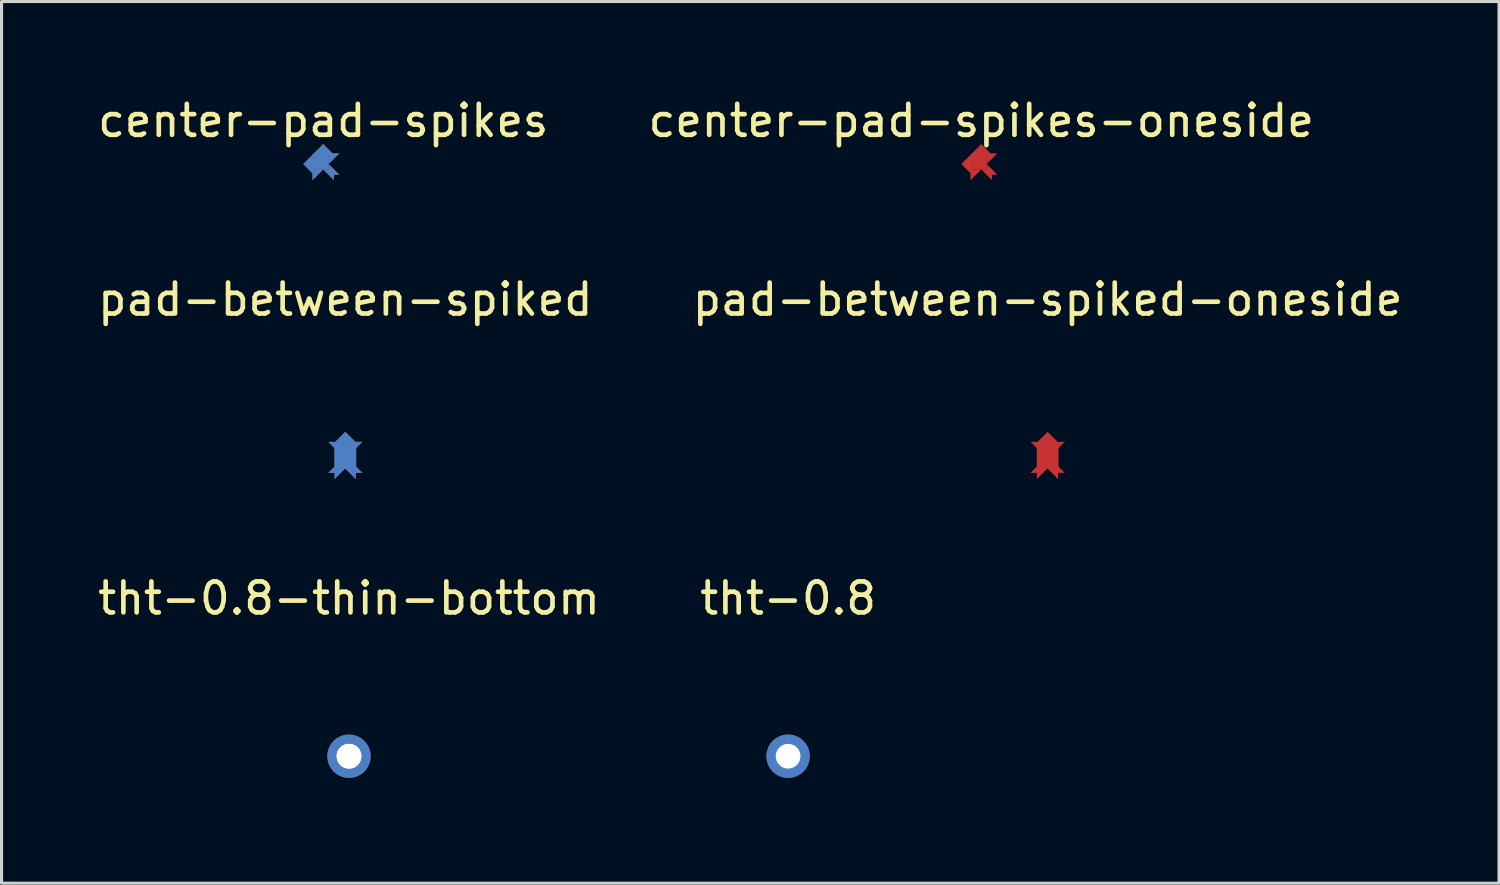
<source format=kicad_pcb>
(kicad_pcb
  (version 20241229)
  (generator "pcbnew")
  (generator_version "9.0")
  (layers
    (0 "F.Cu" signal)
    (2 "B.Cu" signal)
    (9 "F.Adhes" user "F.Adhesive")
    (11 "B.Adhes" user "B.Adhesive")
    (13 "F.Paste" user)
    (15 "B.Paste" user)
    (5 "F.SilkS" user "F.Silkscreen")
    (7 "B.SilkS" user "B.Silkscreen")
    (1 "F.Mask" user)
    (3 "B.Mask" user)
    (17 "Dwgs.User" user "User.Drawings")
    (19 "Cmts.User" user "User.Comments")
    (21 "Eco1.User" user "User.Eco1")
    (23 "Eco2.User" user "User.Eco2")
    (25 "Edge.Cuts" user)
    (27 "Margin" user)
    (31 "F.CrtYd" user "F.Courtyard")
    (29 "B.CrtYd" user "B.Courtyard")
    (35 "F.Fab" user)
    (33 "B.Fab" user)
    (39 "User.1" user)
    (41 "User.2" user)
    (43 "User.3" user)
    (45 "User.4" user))
  (footprint "center-pad-spikes"
    (layer "F.Cu")
    (at 7.387 2.248)
    (property "Reference" "center-pad-spikes" (at 0 -1.4 0) (layer "F.SilkS") (effects (font (size 1 1) (thickness 0.15))))
    (attr through_hole)
    (pad "1" smd trapezoid (at -0.47 0 90) (size 0.35 0.35) (rect_delta 0 0.35) (layers "*.Cu" "*.Mask"))
    (pad "1" smd trapezoid (at -0.26 0.26 45) (size 0.247 0.247) (rect_delta 0 0.247) (layers "*.Cu" "*.Mask"))
    (pad "1" smd rect (at -0.06 -0.085) (size 0.47 0.52) (layers "*.Cu" "*.Mask"))
    (pad "1" smd trapezoid (at 0 -0.47) (size 0.35 0.35) (rect_delta 0 0.35) (layers "*.Cu" "*.Mask"))
    (pad "1" smd trapezoid (at 0.26 -0.26 45) (size 0.247 0.247) (rect_delta 0 0.247) (layers "*.Cu" "*.Mask"))
    (pad "1" smd trapezoid (at 0.26 0.26 315) (size 0.247 0.247) (rect_delta 0 0.247) (layers "*.Cu" "*.Mask"))
    (pad "1" smd trapezoid (at 0.26 0.26 135) (size 0.247 0.247) (rect_delta 0 0.247) (layers "*.Cu" "*.Mask")))
  (footprint "tht-0.8"
    (layer "F.Cu")
    (at 22.399 21.37)
    (property "Reference" "tht-0.8" (at 0 -5.1 0) (layer "F.SilkS") (effects (font (size 1 1) (thickness 0.15))))
    (attr through_hole)
    (pad "1" thru_hole circle (at 0 0) (size 1.4 1.4) (drill 0.8) (layers "*.Cu" "*.Mask")))
  (footprint "tht-0.8-thin-bottom"
    (layer "F.Cu")
    (at 8.22 21.37)
    (property "Reference" "tht-0.8-thin-bottom" (at 0 -5.1 0) (layer "F.SilkS") (effects (font (size 1 1) (thickness 0.15))))
    (attr through_hole)
    (pad "" smd circle (at 0 0) (size 2.2 2.2) (layers "B.Mask"))
    (pad "1" thru_hole circle (at 0 0) (size 1.1 1.1) (drill 0.8) (layers "*.Mask" "B.Cu"))
    (pad "1" thru_hole circle (at 0 0) (size 1.4 1.4) (drill 0.8) (layers "F.Cu" "F.Mask")))
  (footprint "center-pad-spikes-oneside"
    (layer "F.Cu")
    (at 28.637 2.248)
    (property "Reference" "center-pad-spikes-oneside" (at 0 -1.4 0) (layer "F.SilkS") (effects (font (size 1 1) (thickness 0.15))))
    (attr through_hole)
    (pad "1" smd trapezoid (at -0.47 0 90) (size 0.35 0.35) (rect_delta 0 0.35) (layers "F.Cu" "F.Mask"))
    (pad "1" smd trapezoid (at -0.26 0.26 45) (size 0.247 0.247) (rect_delta 0 0.247) (layers "F.Cu" "F.Mask"))
    (pad "1" smd rect (at -0.06 -0.085) (size 0.47 0.52) (layers "F.Cu" "F.Mask"))
    (pad "1" smd trapezoid (at 0 -0.47) (size 0.35 0.35) (rect_delta 0 0.35) (layers "F.Cu" "F.Mask"))
    (pad "1" smd trapezoid (at 0.26 -0.26 45) (size 0.247 0.247) (rect_delta 0 0.247) (layers "F.Cu" "F.Mask"))
    (pad "1" smd trapezoid (at 0.26 0.26 315) (size 0.247 0.247) (rect_delta 0 0.247) (layers "F.Cu" "F.Mask"))
    (pad "1" smd trapezoid (at 0.26 0.26 135) (size 0.247 0.247) (rect_delta 0 0.247) (layers "F.Cu" "F.Mask")))
  (footprint "pad-between-spiked"
    (layer "F.Cu")
    (at 8.101 11.719)
    (property "Reference" "pad-between-spiked" (at 0 -5.1 0) (layer "F.SilkS") (effects (font (size 1 1) (thickness 0.15))))
    (attr through_hole)
    (pad "1" smd trapezoid (at -0.26 0.44 45) (size 0.247 0.247) (rect_delta 0 0.247) (layers "*.Cu" "*.Mask"))
    (pad "1" smd trapezoid (at -0.25 -0.4 315) (size 0.283 0.283) (rect_delta 0 0.283) (layers "*.Cu" "*.Mask"))
    (pad "1" smd trapezoid (at -0.25 0.4 225) (size 0.283 0.283) (rect_delta 0 0.283) (layers "*.Cu" "*.Mask"))
    (pad "1" smd trapezoid (at 0 -0.65) (size 0.35 0.35) (rect_delta 0 0.35) (layers "*.Cu" "*.Mask"))
    (pad "1" smd rect (at 0 -0.06) (size 0.7 0.85) (layers "*.Cu" "*.Mask"))
    (pad "1" smd trapezoid (at 0.25 -0.4 45) (size 0.283 0.283) (rect_delta 0 0.283) (layers "*.Cu" "*.Mask"))
    (pad "1" smd trapezoid (at 0.25 0.4 135) (size 0.283 0.283) (rect_delta 0 0.283) (layers "*.Cu" "*.Mask"))
    (pad "1" smd trapezoid (at 0.25 0.44 315) (size 0.247 0.247) (rect_delta 0 0.247) (layers "*.Cu" "*.Mask")))
  (footprint "pad-between-spiked-oneside"
    (layer "F.Cu")
    (at 30.78 11.719)
    (property "Reference" "pad-between-spiked-oneside" (at 0 -5.1 0) (layer "F.SilkS") (effects (font (size 1 1) (thickness 0.15))))
    (attr through_hole)
    (pad "1" smd trapezoid (at -0.26 0.44 45) (size 0.247 0.247) (rect_delta 0 0.247) (layers "F.Cu" "F.Mask"))
    (pad "1" smd trapezoid (at -0.25 -0.4 315) (size 0.283 0.283) (rect_delta 0 0.283) (layers "F.Cu" "F.Mask"))
    (pad "1" smd trapezoid (at -0.25 0.4 225) (size 0.283 0.283) (rect_delta 0 0.283) (layers "F.Cu" "F.Mask"))
    (pad "1" smd trapezoid (at 0 -0.65) (size 0.35 0.35) (rect_delta 0 0.35) (layers "F.Cu" "F.Mask"))
    (pad "1" smd rect (at 0 -0.06) (size 0.7 0.85) (layers "F.Cu" "F.Mask"))
    (pad "1" smd trapezoid (at 0.25 -0.4 45) (size 0.283 0.283) (rect_delta 0 0.283) (layers "F.Cu" "F.Mask"))
    (pad "1" smd trapezoid (at 0.25 0.4 135) (size 0.283 0.283) (rect_delta 0 0.283) (layers "F.Cu" "F.Mask"))
    (pad "1" smd trapezoid (at 0.25 0.44 315) (size 0.247 0.247) (rect_delta 0 0.247) (layers "F.Cu" "F.Mask")))
  (gr_rect
    (start -3 -3)
    (end 45.357 25.47)
    (stroke (width 0.1) (type default))
    (fill no)
    (layer "Edge.Cuts")))
</source>
